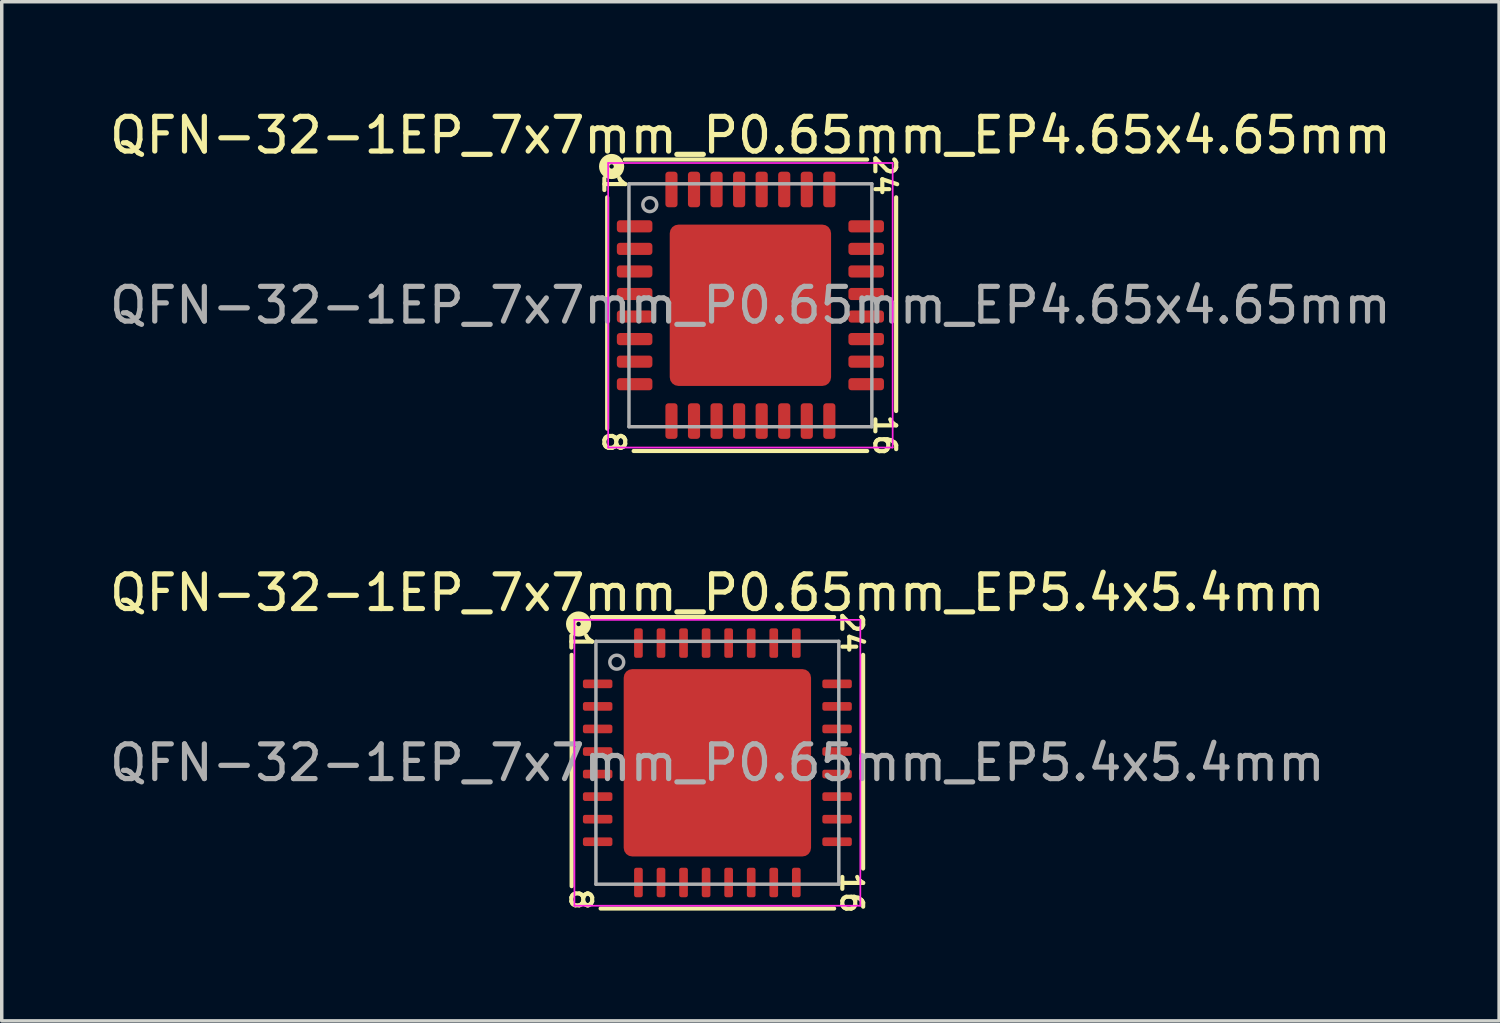
<source format=kicad_pcb>
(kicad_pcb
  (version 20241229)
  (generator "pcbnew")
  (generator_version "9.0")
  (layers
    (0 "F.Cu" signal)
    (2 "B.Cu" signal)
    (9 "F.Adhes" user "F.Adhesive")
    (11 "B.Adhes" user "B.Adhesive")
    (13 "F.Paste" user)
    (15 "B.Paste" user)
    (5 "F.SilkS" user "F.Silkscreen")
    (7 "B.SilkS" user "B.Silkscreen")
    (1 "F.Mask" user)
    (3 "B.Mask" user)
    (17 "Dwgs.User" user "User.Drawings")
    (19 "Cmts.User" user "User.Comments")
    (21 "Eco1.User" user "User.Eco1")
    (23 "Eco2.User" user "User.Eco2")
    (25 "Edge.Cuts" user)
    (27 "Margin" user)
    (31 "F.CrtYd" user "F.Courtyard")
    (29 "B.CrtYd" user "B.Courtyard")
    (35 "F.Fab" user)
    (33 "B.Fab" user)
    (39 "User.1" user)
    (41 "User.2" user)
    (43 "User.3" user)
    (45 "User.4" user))
  (footprint "QFN-32-1EP_7x7mm_P0.65mm_EP4.65x4.65mm"
    (layer "F.Cu")
    (at 18.577 5.748)
    (property "Reference" "QFN-32-1EP_7x7mm_P0.65mm_EP4.65x4.65mm" (at 0 -4.9 0) (layer "F.SilkS") (effects (font (size 1 1) (thickness 0.15))))
    (attr smd)
    (fp_line (start -4.128 -3.111) (end -4.128 3.556) (stroke (width 0.12) (type solid)) (layer "F.SilkS"))
    (fp_line (start -3.365 4.2) (end 3.365 4.2) (stroke (width 0.12) (type solid)) (layer "F.SilkS"))
    (fp_line (start 3.365 -4.2) (end -3.619 -4.2) (stroke (width 0.12) (type solid)) (layer "F.SilkS"))
    (fp_line (start 4.2 3.048) (end 4.2 -3.111) (stroke (width 0.12) (type solid)) (layer "F.SilkS"))
    (fp_circle (center -4 -4) (end -3.937 -4) (stroke (width 0.3) (type solid)) (fill no) (layer "F.SilkS"))
    (fp_line (start -4.1 -4.1) (end -4.1 4.1) (stroke (width 0.05) (type solid)) (layer "F.CrtYd"))
    (fp_line (start -4.1 4.1) (end 4.1 4.1) (stroke (width 0.05) (type solid)) (layer "F.CrtYd"))
    (fp_line (start 4.1 -4.1) (end -4.1 -4.1) (stroke (width 0.05) (type solid)) (layer "F.CrtYd"))
    (fp_line (start 4.1 4.1) (end 4.1 -4.1) (stroke (width 0.05) (type solid)) (layer "F.CrtYd"))
    (fp_line (start -3.5 -3.5) (end 3.5 -3.5) (stroke (width 0.1) (type solid)) (layer "F.Fab"))
    (fp_line (start -3.5 3.5) (end -3.5 -3.5) (stroke (width 0.1) (type solid)) (layer "F.Fab"))
    (fp_line (start 3.5 -3.5) (end 3.5 3.5) (stroke (width 0.1) (type solid)) (layer "F.Fab"))
    (fp_line (start 3.5 3.5) (end -3.5 3.5) (stroke (width 0.1) (type solid)) (layer "F.Fab"))
    (fp_circle (center -2.9 -2.9) (end -2.7 -2.9) (stroke (width 0.1) (type solid)) (fill no) (layer "F.Fab"))
    (fp_text user "24" (at 3.873 -3.747 270) (unlocked yes) (layer "F.SilkS") (effects (font (size 0.6 0.6) (thickness 0.12))))
    (fp_text user "1" (at -3.937 -3.493 270) (unlocked yes) (layer "F.SilkS") (effects (font (size 0.6 0.6) (thickness 0.12))))
    (fp_text user "16" (at 3.873 3.747 270) (unlocked yes) (layer "F.SilkS") (effects (font (size 0.6 0.6) (thickness 0.12))))
    (fp_text user "8" (at -3.937 3.937 270) (unlocked yes) (layer "F.SilkS") (effects (font (size 0.6 0.6) (thickness 0.12))))
    (fp_text user "${REFERENCE}" (at 0 0 0) (layer "F.Fab") (effects (font (size 1 1) (thickness 0.15))))
    (pad "" smd roundrect (at -1.74 -1.74) (size 0.94 0.94) (layers "F.Paste") (roundrect_rratio 0.25))
    (pad "" smd roundrect (at -1.74 -0.58) (size 0.94 0.94) (layers "F.Paste") (roundrect_rratio 0.25))
    (pad "" smd roundrect (at -1.74 0.58) (size 0.94 0.94) (layers "F.Paste") (roundrect_rratio 0.25))
    (pad "" smd roundrect (at -1.74 1.74) (size 0.94 0.94) (layers "F.Paste") (roundrect_rratio 0.25))
    (pad "" smd roundrect (at -0.58 -1.74) (size 0.94 0.94) (layers "F.Paste") (roundrect_rratio 0.25))
    (pad "" smd roundrect (at -0.58 -0.58) (size 0.94 0.94) (layers "F.Paste") (roundrect_rratio 0.25))
    (pad "" smd roundrect (at -0.58 0.58) (size 0.94 0.94) (layers "F.Paste") (roundrect_rratio 0.25))
    (pad "" smd roundrect (at -0.58 1.74) (size 0.94 0.94) (layers "F.Paste") (roundrect_rratio 0.25))
    (pad "" smd roundrect (at 0.58 -1.74) (size 0.94 0.94) (layers "F.Paste") (roundrect_rratio 0.25))
    (pad "" smd roundrect (at 0.58 -0.58) (size 0.94 0.94) (layers "F.Paste") (roundrect_rratio 0.25))
    (pad "" smd roundrect (at 0.58 0.58) (size 0.94 0.94) (layers "F.Paste") (roundrect_rratio 0.25))
    (pad "" smd roundrect (at 0.58 1.74) (size 0.94 0.94) (layers "F.Paste") (roundrect_rratio 0.25))
    (pad "" smd roundrect (at 1.74 -1.74) (size 0.94 0.94) (layers "F.Paste") (roundrect_rratio 0.25))
    (pad "" smd roundrect (at 1.74 -0.58) (size 0.94 0.94) (layers "F.Paste") (roundrect_rratio 0.25))
    (pad "" smd roundrect (at 1.74 0.58) (size 0.94 0.94) (layers "F.Paste") (roundrect_rratio 0.25))
    (pad "" smd roundrect (at 1.74 1.74) (size 0.94 0.94) (layers "F.Paste") (roundrect_rratio 0.25))
    (pad "1" smd roundrect (at -3.337 -2.275) (size 1.025 0.35) (layers "F.Cu" "F.Mask" "F.Paste") (roundrect_rratio 0.25))
    (pad "2" smd roundrect (at -3.337 -1.625) (size 1.025 0.35) (layers "F.Cu" "F.Mask" "F.Paste") (roundrect_rratio 0.25))
    (pad "3" smd roundrect (at -3.337 -0.975) (size 1.025 0.35) (layers "F.Cu" "F.Mask" "F.Paste") (roundrect_rratio 0.25))
    (pad "4" smd roundrect (at -3.337 -0.325) (size 1.025 0.35) (layers "F.Cu" "F.Mask" "F.Paste") (roundrect_rratio 0.25))
    (pad "5" smd roundrect (at -3.337 0.325) (size 1.025 0.35) (layers "F.Cu" "F.Mask" "F.Paste") (roundrect_rratio 0.25))
    (pad "6" smd roundrect (at -3.337 0.975) (size 1.025 0.35) (layers "F.Cu" "F.Mask" "F.Paste") (roundrect_rratio 0.25))
    (pad "7" smd roundrect (at -3.337 1.625) (size 1.025 0.35) (layers "F.Cu" "F.Mask" "F.Paste") (roundrect_rratio 0.25))
    (pad "8" smd roundrect (at -3.337 2.275) (size 1.025 0.35) (layers "F.Cu" "F.Mask" "F.Paste") (roundrect_rratio 0.25))
    (pad "9" smd roundrect (at -2.275 3.337) (size 0.35 1.025) (layers "F.Cu" "F.Mask" "F.Paste") (roundrect_rratio 0.25))
    (pad "10" smd roundrect (at -1.625 3.337) (size 0.35 1.025) (layers "F.Cu" "F.Mask" "F.Paste") (roundrect_rratio 0.25))
    (pad "11" smd roundrect (at -0.975 3.337) (size 0.35 1.025) (layers "F.Cu" "F.Mask" "F.Paste") (roundrect_rratio 0.25))
    (pad "12" smd roundrect (at -0.325 3.337) (size 0.35 1.025) (layers "F.Cu" "F.Mask" "F.Paste") (roundrect_rratio 0.25))
    (pad "13" smd roundrect (at 0.325 3.337) (size 0.35 1.025) (layers "F.Cu" "F.Mask" "F.Paste") (roundrect_rratio 0.25))
    (pad "14" smd roundrect (at 0.975 3.337) (size 0.35 1.025) (layers "F.Cu" "F.Mask" "F.Paste") (roundrect_rratio 0.25))
    (pad "15" smd roundrect (at 1.625 3.337) (size 0.35 1.025) (layers "F.Cu" "F.Mask" "F.Paste") (roundrect_rratio 0.25))
    (pad "16" smd roundrect (at 2.275 3.337) (size 0.35 1.025) (layers "F.Cu" "F.Mask" "F.Paste") (roundrect_rratio 0.25))
    (pad "17" smd roundrect (at 3.337 2.275) (size 1.025 0.35) (layers "F.Cu" "F.Mask" "F.Paste") (roundrect_rratio 0.25))
    (pad "18" smd roundrect (at 3.337 1.625) (size 1.025 0.35) (layers "F.Cu" "F.Mask" "F.Paste") (roundrect_rratio 0.25))
    (pad "19" smd roundrect (at 3.337 0.975) (size 1.025 0.35) (layers "F.Cu" "F.Mask" "F.Paste") (roundrect_rratio 0.25))
    (pad "20" smd roundrect (at 3.337 0.325) (size 1.025 0.35) (layers "F.Cu" "F.Mask" "F.Paste") (roundrect_rratio 0.25))
    (pad "21" smd roundrect (at 3.337 -0.325) (size 1.025 0.35) (layers "F.Cu" "F.Mask" "F.Paste") (roundrect_rratio 0.25))
    (pad "22" smd roundrect (at 3.337 -0.975) (size 1.025 0.35) (layers "F.Cu" "F.Mask" "F.Paste") (roundrect_rratio 0.25))
    (pad "23" smd roundrect (at 3.337 -1.625) (size 1.025 0.35) (layers "F.Cu" "F.Mask" "F.Paste") (roundrect_rratio 0.25))
    (pad "24" smd roundrect (at 3.337 -2.275) (size 1.025 0.35) (layers "F.Cu" "F.Mask" "F.Paste") (roundrect_rratio 0.25))
    (pad "25" smd roundrect (at 2.275 -3.337) (size 0.35 1.025) (layers "F.Cu" "F.Mask" "F.Paste") (roundrect_rratio 0.25))
    (pad "26" smd roundrect (at 1.625 -3.337) (size 0.35 1.025) (layers "F.Cu" "F.Mask" "F.Paste") (roundrect_rratio 0.25))
    (pad "27" smd roundrect (at 0.975 -3.337) (size 0.35 1.025) (layers "F.Cu" "F.Mask" "F.Paste") (roundrect_rratio 0.25))
    (pad "28" smd roundrect (at 0.325 -3.337) (size 0.35 1.025) (layers "F.Cu" "F.Mask" "F.Paste") (roundrect_rratio 0.25))
    (pad "29" smd roundrect (at -0.325 -3.337) (size 0.35 1.025) (layers "F.Cu" "F.Mask" "F.Paste") (roundrect_rratio 0.25))
    (pad "30" smd roundrect (at -0.975 -3.337) (size 0.35 1.025) (layers "F.Cu" "F.Mask" "F.Paste") (roundrect_rratio 0.25))
    (pad "31" smd roundrect (at -1.625 -3.337) (size 0.35 1.025) (layers "F.Cu" "F.Mask" "F.Paste") (roundrect_rratio 0.25))
    (pad "32" smd roundrect (at -2.275 -3.337) (size 0.35 1.025) (layers "F.Cu" "F.Mask" "F.Paste") (roundrect_rratio 0.25))
    (pad "33" smd roundrect (at 0 0) (size 4.65 4.65) (layers "F.Cu" "F.Mask") (roundrect_rratio 0.054)))
  (footprint "QFN-32-1EP_7x7mm_P0.65mm_EP5.4x5.4mm"
    (layer "F.Cu")
    (at 17.625 18.934)
    (property "Reference" "QFN-32-1EP_7x7mm_P0.65mm_EP5.4x5.4mm" (at 0 -4.9 0) (layer "F.SilkS") (effects (font (size 1 1) (thickness 0.15))))
    (attr smd)
    (fp_line (start -4.2 -3.111) (end -4.2 3.556) (stroke (width 0.12) (type solid)) (layer "F.SilkS"))
    (fp_line (start -3.365 4.2) (end 3.365 4.2) (stroke (width 0.12) (type solid)) (layer "F.SilkS"))
    (fp_line (start 3.365 -4.2) (end -3.619 -4.2) (stroke (width 0.12) (type solid)) (layer "F.SilkS"))
    (fp_line (start 4.2 3.048) (end 4.2 -3.111) (stroke (width 0.12) (type solid)) (layer "F.SilkS"))
    (fp_circle (center -4 -4) (end -3.937 -4) (stroke (width 0.3) (type solid)) (fill no) (layer "F.SilkS"))
    (fp_line (start -4.12 -4.12) (end -4.12 4.12) (stroke (width 0.05) (type solid)) (layer "F.CrtYd"))
    (fp_line (start -4.12 4.12) (end 4.12 4.12) (stroke (width 0.05) (type solid)) (layer "F.CrtYd"))
    (fp_line (start 4.12 -4.12) (end -4.12 -4.12) (stroke (width 0.05) (type solid)) (layer "F.CrtYd"))
    (fp_line (start 4.12 4.12) (end 4.12 -4.12) (stroke (width 0.05) (type solid)) (layer "F.CrtYd"))
    (fp_line (start -3.5 -3.5) (end 3.5 -3.5) (stroke (width 0.1) (type solid)) (layer "F.Fab"))
    (fp_line (start -3.5 3.5) (end -3.5 -3.5) (stroke (width 0.1) (type solid)) (layer "F.Fab"))
    (fp_line (start 3.5 -3.5) (end 3.5 3.5) (stroke (width 0.1) (type solid)) (layer "F.Fab"))
    (fp_line (start 3.5 3.5) (end -3.5 3.5) (stroke (width 0.1) (type solid)) (layer "F.Fab"))
    (fp_circle (center -2.9 -2.9) (end -2.7 -2.9) (stroke (width 0.1) (type solid)) (fill no) (layer "F.Fab"))
    (fp_text user "24" (at 3.873 -3.747 270) (unlocked yes) (layer "F.SilkS") (effects (font (size 0.6 0.6) (thickness 0.12))))
    (fp_text user "1" (at -3.937 -3.493 270) (unlocked yes) (layer "F.SilkS") (effects (font (size 0.6 0.6) (thickness 0.12))))
    (fp_text user "16" (at 3.873 3.747 270) (unlocked yes) (layer "F.SilkS") (effects (font (size 0.6 0.6) (thickness 0.12))))
    (fp_text user "8" (at -3.937 3.937 270) (unlocked yes) (layer "F.SilkS") (effects (font (size 0.6 0.6) (thickness 0.12))))
    (fp_text user "${REFERENCE}" (at 0 0 0) (layer "F.Fab") (effects (font (size 1 1) (thickness 0.15))))
    (pad "" smd roundrect (at -2.025 -2.025) (size 1.09 1.09) (layers "F.Paste") (roundrect_rratio 0.229))
    (pad "" smd roundrect (at -2.025 -0.675) (size 1.09 1.09) (layers "F.Paste") (roundrect_rratio 0.229))
    (pad "" smd roundrect (at -2.025 0.675) (size 1.09 1.09) (layers "F.Paste") (roundrect_rratio 0.229))
    (pad "" smd roundrect (at -2.025 2.025) (size 1.09 1.09) (layers "F.Paste") (roundrect_rratio 0.229))
    (pad "" smd roundrect (at -0.675 -2.025) (size 1.09 1.09) (layers "F.Paste") (roundrect_rratio 0.229))
    (pad "" smd roundrect (at -0.675 -0.675) (size 1.09 1.09) (layers "F.Paste") (roundrect_rratio 0.229))
    (pad "" smd roundrect (at -0.675 0.675) (size 1.09 1.09) (layers "F.Paste") (roundrect_rratio 0.229))
    (pad "" smd roundrect (at -0.675 2.025) (size 1.09 1.09) (layers "F.Paste") (roundrect_rratio 0.229))
    (pad "" smd roundrect (at 0.675 -2.025) (size 1.09 1.09) (layers "F.Paste") (roundrect_rratio 0.229))
    (pad "" smd roundrect (at 0.675 -0.675) (size 1.09 1.09) (layers "F.Paste") (roundrect_rratio 0.229))
    (pad "" smd roundrect (at 0.675 0.675) (size 1.09 1.09) (layers "F.Paste") (roundrect_rratio 0.229))
    (pad "" smd roundrect (at 0.675 2.025) (size 1.09 1.09) (layers "F.Paste") (roundrect_rratio 0.229))
    (pad "" smd roundrect (at 2.025 -2.025) (size 1.09 1.09) (layers "F.Paste") (roundrect_rratio 0.229))
    (pad "" smd roundrect (at 2.025 -0.675) (size 1.09 1.09) (layers "F.Paste") (roundrect_rratio 0.229))
    (pad "" smd roundrect (at 2.025 0.675) (size 1.09 1.09) (layers "F.Paste") (roundrect_rratio 0.229))
    (pad "" smd roundrect (at 2.025 2.025) (size 1.09 1.09) (layers "F.Paste") (roundrect_rratio 0.229))
    (pad "1" smd roundrect (at -3.45 -2.275) (size 0.85 0.25) (layers "F.Cu" "F.Mask" "F.Paste") (roundrect_rratio 0.25))
    (pad "2" smd roundrect (at -3.45 -1.625) (size 0.85 0.25) (layers "F.Cu" "F.Mask" "F.Paste") (roundrect_rratio 0.25))
    (pad "3" smd roundrect (at -3.45 -0.975) (size 0.85 0.25) (layers "F.Cu" "F.Mask" "F.Paste") (roundrect_rratio 0.25))
    (pad "4" smd roundrect (at -3.45 -0.325) (size 0.85 0.25) (layers "F.Cu" "F.Mask" "F.Paste") (roundrect_rratio 0.25))
    (pad "5" smd roundrect (at -3.45 0.325) (size 0.85 0.25) (layers "F.Cu" "F.Mask" "F.Paste") (roundrect_rratio 0.25))
    (pad "6" smd roundrect (at -3.45 0.975) (size 0.85 0.25) (layers "F.Cu" "F.Mask" "F.Paste") (roundrect_rratio 0.25))
    (pad "7" smd roundrect (at -3.45 1.625) (size 0.85 0.25) (layers "F.Cu" "F.Mask" "F.Paste") (roundrect_rratio 0.25))
    (pad "8" smd roundrect (at -3.45 2.275) (size 0.85 0.25) (layers "F.Cu" "F.Mask" "F.Paste") (roundrect_rratio 0.25))
    (pad "9" smd roundrect (at -2.275 3.45) (size 0.25 0.85) (layers "F.Cu" "F.Mask" "F.Paste") (roundrect_rratio 0.25))
    (pad "10" smd roundrect (at -1.625 3.45) (size 0.25 0.85) (layers "F.Cu" "F.Mask" "F.Paste") (roundrect_rratio 0.25))
    (pad "11" smd roundrect (at -0.975 3.45) (size 0.25 0.85) (layers "F.Cu" "F.Mask" "F.Paste") (roundrect_rratio 0.25))
    (pad "12" smd roundrect (at -0.325 3.45) (size 0.25 0.85) (layers "F.Cu" "F.Mask" "F.Paste") (roundrect_rratio 0.25))
    (pad "13" smd roundrect (at 0.325 3.45) (size 0.25 0.85) (layers "F.Cu" "F.Mask" "F.Paste") (roundrect_rratio 0.25))
    (pad "14" smd roundrect (at 0.975 3.45) (size 0.25 0.85) (layers "F.Cu" "F.Mask" "F.Paste") (roundrect_rratio 0.25))
    (pad "15" smd roundrect (at 1.625 3.45) (size 0.25 0.85) (layers "F.Cu" "F.Mask" "F.Paste") (roundrect_rratio 0.25))
    (pad "16" smd roundrect (at 2.275 3.45) (size 0.25 0.85) (layers "F.Cu" "F.Mask" "F.Paste") (roundrect_rratio 0.25))
    (pad "17" smd roundrect (at 3.45 2.275) (size 0.85 0.25) (layers "F.Cu" "F.Mask" "F.Paste") (roundrect_rratio 0.25))
    (pad "18" smd roundrect (at 3.45 1.625) (size 0.85 0.25) (layers "F.Cu" "F.Mask" "F.Paste") (roundrect_rratio 0.25))
    (pad "19" smd roundrect (at 3.45 0.975) (size 0.85 0.25) (layers "F.Cu" "F.Mask" "F.Paste") (roundrect_rratio 0.25))
    (pad "20" smd roundrect (at 3.45 0.325) (size 0.85 0.25) (layers "F.Cu" "F.Mask" "F.Paste") (roundrect_rratio 0.25))
    (pad "21" smd roundrect (at 3.45 -0.325) (size 0.85 0.25) (layers "F.Cu" "F.Mask" "F.Paste") (roundrect_rratio 0.25))
    (pad "22" smd roundrect (at 3.45 -0.975) (size 0.85 0.25) (layers "F.Cu" "F.Mask" "F.Paste") (roundrect_rratio 0.25))
    (pad "23" smd roundrect (at 3.45 -1.625) (size 0.85 0.25) (layers "F.Cu" "F.Mask" "F.Paste") (roundrect_rratio 0.25))
    (pad "24" smd roundrect (at 3.45 -2.275) (size 0.85 0.25) (layers "F.Cu" "F.Mask" "F.Paste") (roundrect_rratio 0.25))
    (pad "25" smd roundrect (at 2.275 -3.45) (size 0.25 0.85) (layers "F.Cu" "F.Mask" "F.Paste") (roundrect_rratio 0.25))
    (pad "26" smd roundrect (at 1.625 -3.45) (size 0.25 0.85) (layers "F.Cu" "F.Mask" "F.Paste") (roundrect_rratio 0.25))
    (pad "27" smd roundrect (at 0.975 -3.45) (size 0.25 0.85) (layers "F.Cu" "F.Mask" "F.Paste") (roundrect_rratio 0.25))
    (pad "28" smd roundrect (at 0.325 -3.45) (size 0.25 0.85) (layers "F.Cu" "F.Mask" "F.Paste") (roundrect_rratio 0.25))
    (pad "29" smd roundrect (at -0.325 -3.45) (size 0.25 0.85) (layers "F.Cu" "F.Mask" "F.Paste") (roundrect_rratio 0.25))
    (pad "30" smd roundrect (at -0.975 -3.45) (size 0.25 0.85) (layers "F.Cu" "F.Mask" "F.Paste") (roundrect_rratio 0.25))
    (pad "31" smd roundrect (at -1.625 -3.45) (size 0.25 0.85) (layers "F.Cu" "F.Mask" "F.Paste") (roundrect_rratio 0.25))
    (pad "32" smd roundrect (at -2.275 -3.45) (size 0.25 0.85) (layers "F.Cu" "F.Mask" "F.Paste") (roundrect_rratio 0.25))
    (pad "33" smd roundrect (at 0 0) (size 5.4 5.4) (layers "F.Cu" "F.Mask") (roundrect_rratio 0.046)))
  (gr_rect
    (start -3 -3)
    (end 40.155 26.372)
    (stroke (width 0.1) (type default))
    (fill no)
    (layer "Edge.Cuts")))
</source>
